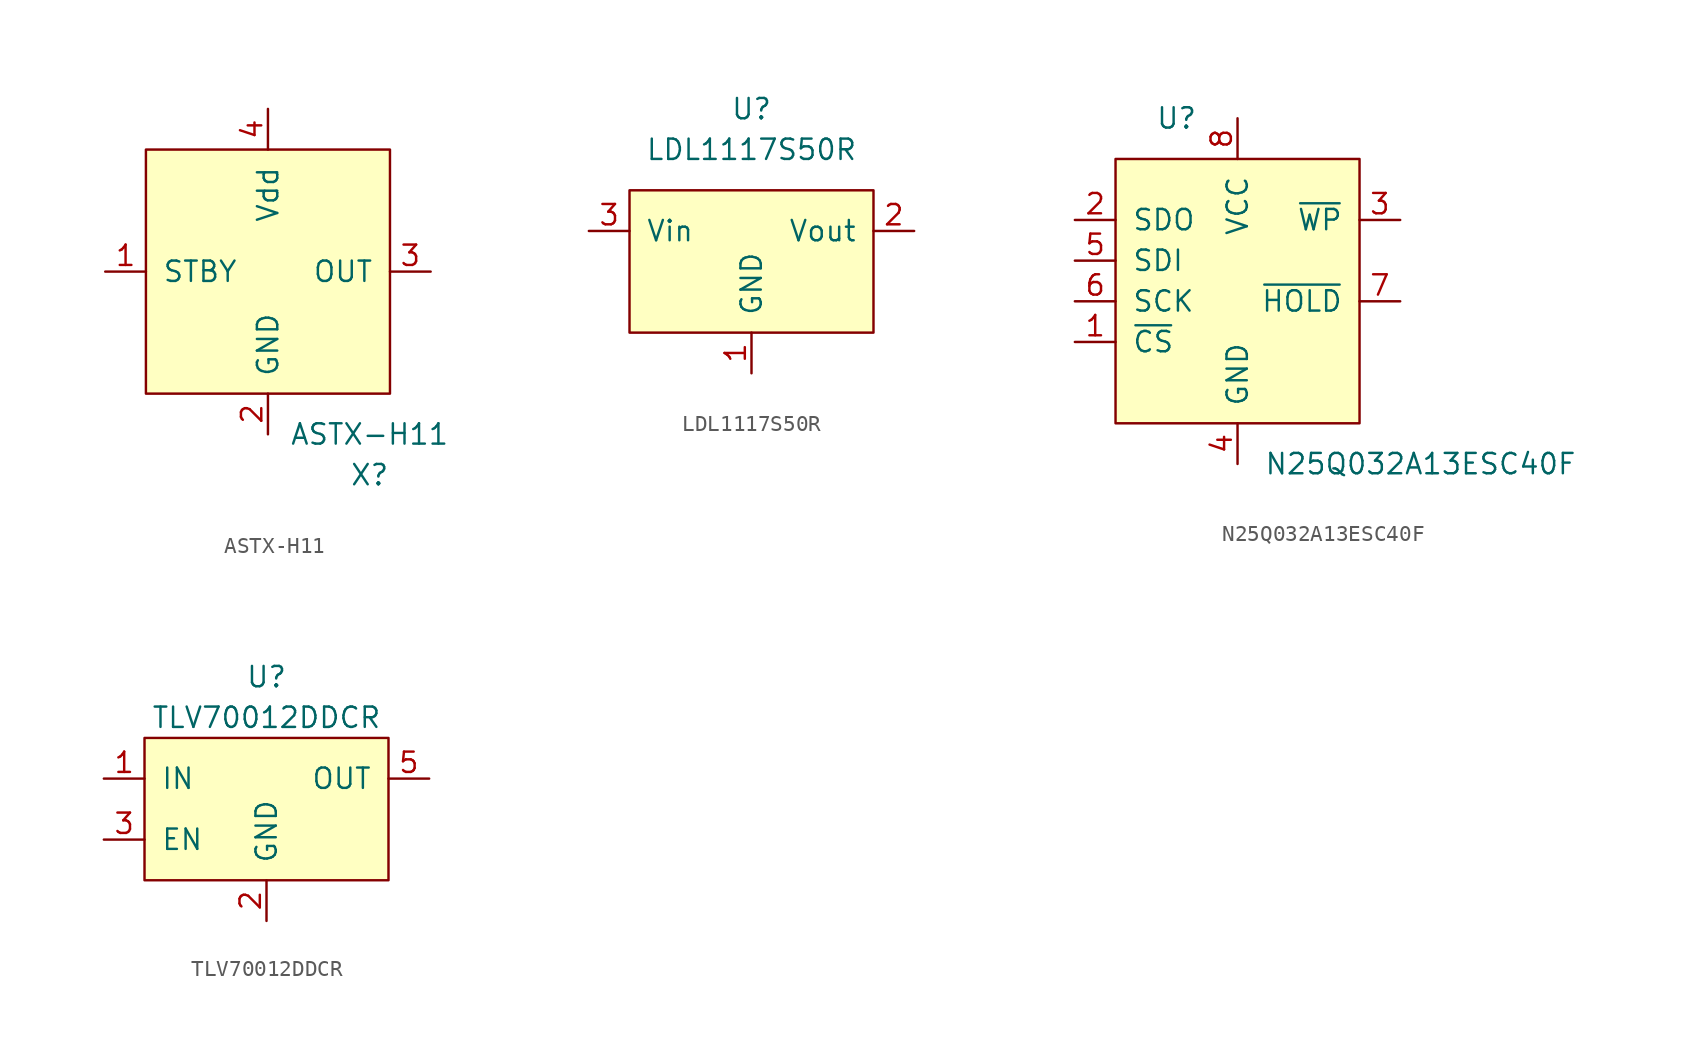
<source format=kicad_sym>
(kicad_symbol_lib
  (version 20211014)
  (generator kicad_symbol_editor)
  (symbol "ASTX-H11"
    (pin_names
      (offset 1.016))
    (property "Reference" "X"
      (at 6.35 -12.7 0)
      (effects (font (size 1.27 1.27))))
    (property "Value" "ASTX-H11"
      (at 6.35 -10.16 0)
      (effects (font (size 1.27 1.27))))
    (symbol "ASTX-H11_0_1"
      (rectangle (start -7.62 7.62) (end 7.62 -7.62) (stroke (width 0) (type default) (color 0 0 0 0)) (fill (type background))))
    (symbol "ASTX-H11_1_1"
      (pin input line (at -10.16 0 0) (length 2.54) (name "STBY" (effects (font (size 1.27 1.27)))) (number "1" (effects (font (size 1.27 1.27)))))
      (pin power_in line (at 0 -10.16 90) (length 2.54) (name "GND" (effects (font (size 1.27 1.27)))) (number "2" (effects (font (size 1.27 1.27)))))
      (pin power_in line (at 10.16 0 180) (length 2.54) (name "OUT" (effects (font (size 1.27 1.27)))) (number "3" (effects (font (size 1.27 1.27)))))
      (pin power_in line (at 0 10.16 270) (length 2.54) (name "Vdd" (effects (font (size 1.27 1.27)))) (number "4" (effects (font (size 1.27 1.27)))))))
  (symbol "LDL1117S50R"
    (pin_names
      (offset 1.016))
    (property "Reference" "U"
      (at 0 7.62 0)
      (effects (font (size 1.27 1.27))))
    (property "Value" "LDL1117S50R"
      (at 0 5.08 0)
      (effects (font (size 1.27 1.27))))
    (symbol "LDL1117S50R_1_1"
      (rectangle (start -7.62 2.54) (end 7.62 -6.35) (stroke (width 0) (type default) (color 0 0 0 0)) (fill (type background)))
      (pin power_in line (at 0 -8.89 90) (length 2.54) (name "GND" (effects (font (size 1.27 1.27)))) (number "1" (effects (font (size 1.27 1.27)))))
      (pin power_out line (at 10.16 0 180) (length 2.54) (name "Vout" (effects (font (size 1.27 1.27)))) (number "2" (effects (font (size 1.27 1.27)))))
      (pin power_in line (at -10.16 0 0) (length 2.54) (name "Vin" (effects (font (size 1.27 1.27)))) (number "3" (effects (font (size 1.27 1.27)))))))
  (symbol "N25Q032A13ESC40F"
    (pin_names
      (offset 1.016))
    (property "Reference" "U"
      (at -3.81 10.16 0)
      (effects (font (size 1.27 1.27))))
    (property "Value" "N25Q032A13ESC40F"
      (at 11.43 -11.43 0)
      (effects (font (size 1.27 1.27))))
    (symbol "N25Q032A13ESC40F_0_1"
      (rectangle (start -7.62 7.62) (end 7.62 -8.89) (stroke (width 0) (type default) (color 0 0 0 0)) (fill (type background))))
    (symbol "N25Q032A13ESC40F_1_1"
      (pin input line (at -10.16 -3.81 0) (length 2.54) (name "~{CS}" (effects (font (size 1.27 1.27)))) (number "1" (effects (font (size 1.27 1.27)))))
      (pin output line (at -10.16 3.81 0) (length 2.54) (name "SDO" (effects (font (size 1.27 1.27)))) (number "2" (effects (font (size 1.27 1.27)))))
      (pin output line (at 10.16 3.81 180) (length 2.54) (name "~{WP}" (effects (font (size 1.27 1.27)))) (number "3" (effects (font (size 1.27 1.27)))))
      (pin power_in line (at 0 -11.43 90) (length 2.54) (name "GND" (effects (font (size 1.27 1.27)))) (number "4" (effects (font (size 1.27 1.27)))))
      (pin input line (at -10.16 1.27 0) (length 2.54) (name "SDI" (effects (font (size 1.27 1.27)))) (number "5" (effects (font (size 1.27 1.27)))))
      (pin input line (at -10.16 -1.27 0) (length 2.54) (name "SCK" (effects (font (size 1.27 1.27)))) (number "6" (effects (font (size 1.27 1.27)))))
      (pin input line (at 10.16 -1.27 180) (length 2.54) (name "~{HOLD}" (effects (font (size 1.27 1.27)))) (number "7" (effects (font (size 1.27 1.27)))))
      (pin power_in line (at 0 10.16 270) (length 2.54) (name "VCC" (effects (font (size 1.27 1.27)))) (number "8" (effects (font (size 1.27 1.27)))))))
  (symbol "TLV70012DDCR"
    (pin_names
      (offset 1.016))
    (property "Reference" "U"
      (at 0 7.62 0)
      (effects (font (size 1.27 1.27))))
    (property "Value" "TLV70012DDCR"
      (at 0 5.08 0)
      (effects (font (size 1.27 1.27))))
    (symbol "TLV70012DDCR_0_1"
      (rectangle (start 7.62 -5.08) (end -7.62 3.81) (stroke (width 0) (type default) (color 0 0 0 0)) (fill (type background))))
    (symbol "TLV70012DDCR_1_1"
      (pin power_in line (at -10.16 1.27 0) (length 2.54) (name "IN" (effects (font (size 1.27 1.27)))) (number "1" (effects (font (size 1.27 1.27)))))
      (pin power_in line (at 0 -7.62 90) (length 2.54) (name "GND" (effects (font (size 1.27 1.27)))) (number "2" (effects (font (size 1.27 1.27)))))
      (pin input line (at -10.16 -2.54 0) (length 2.54) (name "EN" (effects (font (size 1.27 1.27)))) (number "3" (effects (font (size 1.27 1.27)))))
      (pin power_out line (at 10.16 1.27 180) (length 2.54) (name "OUT" (effects (font (size 1.27 1.27)))) (number "5" (effects (font (size 1.27 1.27))))))))
</source>
